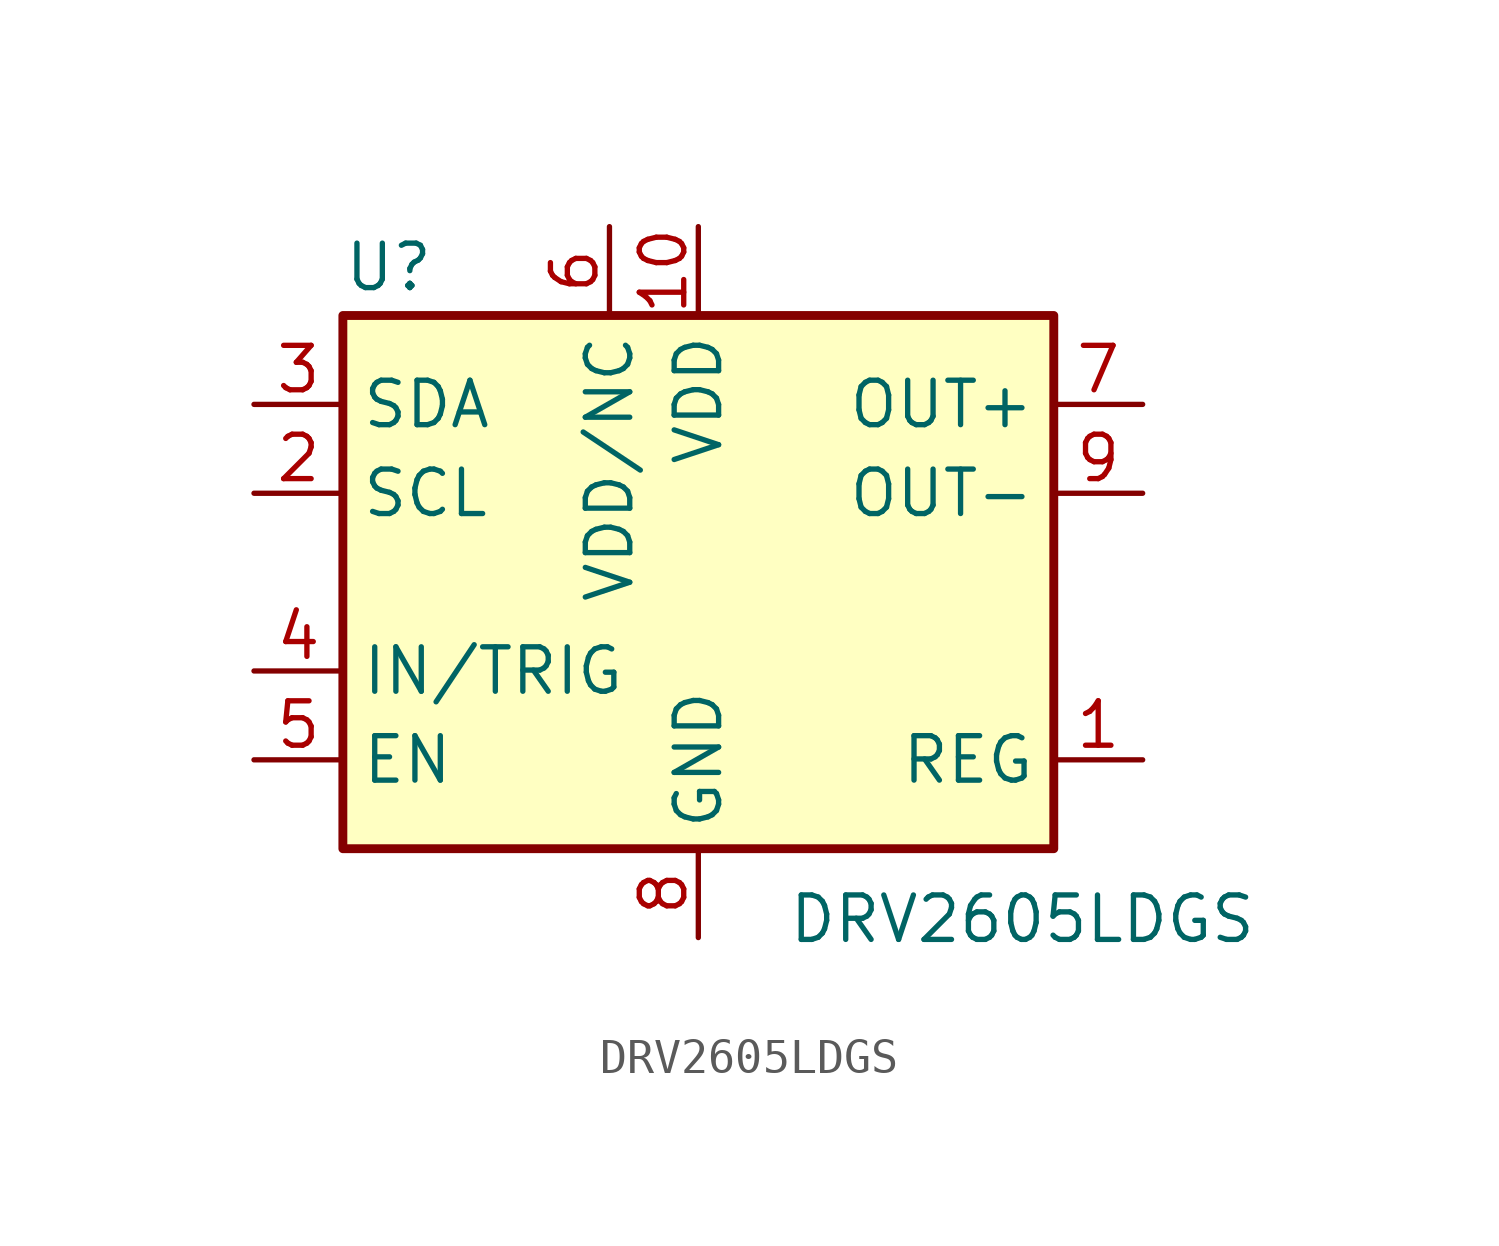
<source format=kicad_sym>
(kicad_symbol_lib
  (version 20201005)
  (generator kicad_symbol_editor)
  (symbol "DRV2605LDGS"
    (property "Reference" "U"
      (at -10.16 8.255 0)
      (effects (font (size 1.27 1.27)) (justify left bottom)))
    (property "Value" "DRV2605LDGS"
      (at 2.54 -8.89 0)
      (effects (font (size 1.27 1.27)) (justify left top)))
    (symbol "DRV2605LDGS_0_1"
      (rectangle (start -10.16 7.62) (end 10.16 -7.62) (stroke (width 0.254)) (fill (type background))))
    (symbol "DRV2605LDGS_1_1"
      (pin passive line (at 12.7 -5.08 180) (length 2.54) (name "REG" (effects (font (size 1.27 1.27)))) (number "1" (effects (font (size 1.27 1.27)))))
      (pin power_in line (at 0 10.16 270) (length 2.54) (name "VDD" (effects (font (size 1.27 1.27)))) (number "10" (effects (font (size 1.27 1.27)))))
      (pin input line (at -12.7 2.54 0) (length 2.54) (name "SCL" (effects (font (size 1.27 1.27)))) (number "2" (effects (font (size 1.27 1.27)))))
      (pin bidirectional line (at -12.7 5.08 0) (length 2.54) (name "SDA" (effects (font (size 1.27 1.27)))) (number "3" (effects (font (size 1.27 1.27)))))
      (pin input line (at -12.7 -2.54 0) (length 2.54) (name "IN/TRIG" (effects (font (size 1.27 1.27)))) (number "4" (effects (font (size 1.27 1.27)))))
      (pin input line (at -12.7 -5.08 0) (length 2.54) (name "EN" (effects (font (size 1.27 1.27)))) (number "5" (effects (font (size 1.27 1.27)))))
      (pin power_in line (at -2.54 10.16 270) (length 2.54) (name "VDD/NC" (effects (font (size 1.27 1.27)))) (number "6" (effects (font (size 1.27 1.27)))))
      (pin output line (at 12.7 5.08 180) (length 2.54) (name "OUT+" (effects (font (size 1.27 1.27)))) (number "7" (effects (font (size 1.27 1.27)))))
      (pin power_in line (at 0 -10.16 90) (length 2.54) (name "GND" (effects (font (size 1.27 1.27)))) (number "8" (effects (font (size 1.27 1.27)))))
      (pin output line (at 12.7 2.54 180) (length 2.54) (name "OUT-" (effects (font (size 1.27 1.27)))) (number "9" (effects (font (size 1.27 1.27))))))))
</source>
